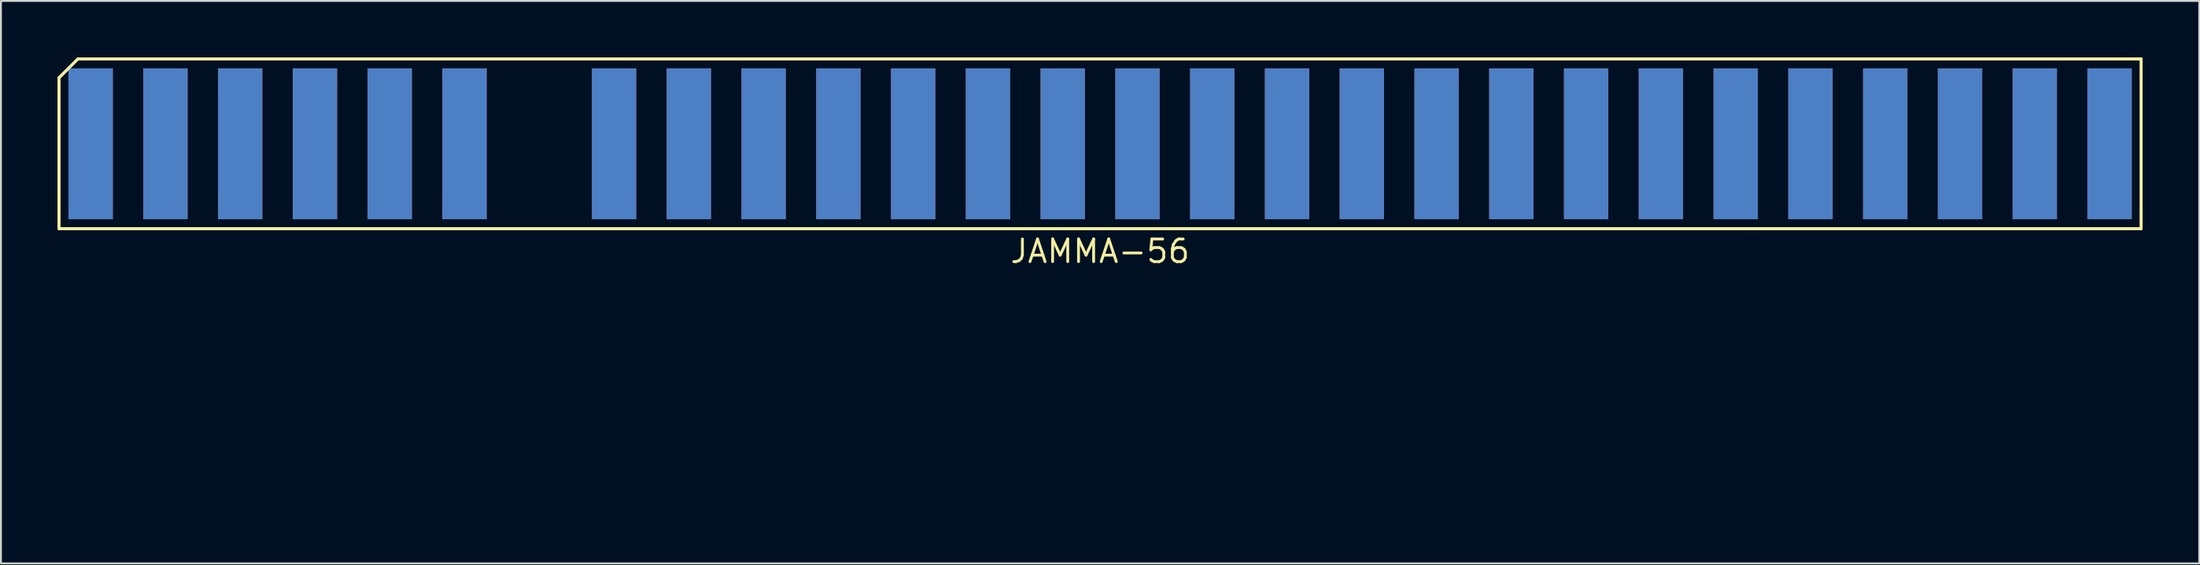
<source format=kicad_pcb>
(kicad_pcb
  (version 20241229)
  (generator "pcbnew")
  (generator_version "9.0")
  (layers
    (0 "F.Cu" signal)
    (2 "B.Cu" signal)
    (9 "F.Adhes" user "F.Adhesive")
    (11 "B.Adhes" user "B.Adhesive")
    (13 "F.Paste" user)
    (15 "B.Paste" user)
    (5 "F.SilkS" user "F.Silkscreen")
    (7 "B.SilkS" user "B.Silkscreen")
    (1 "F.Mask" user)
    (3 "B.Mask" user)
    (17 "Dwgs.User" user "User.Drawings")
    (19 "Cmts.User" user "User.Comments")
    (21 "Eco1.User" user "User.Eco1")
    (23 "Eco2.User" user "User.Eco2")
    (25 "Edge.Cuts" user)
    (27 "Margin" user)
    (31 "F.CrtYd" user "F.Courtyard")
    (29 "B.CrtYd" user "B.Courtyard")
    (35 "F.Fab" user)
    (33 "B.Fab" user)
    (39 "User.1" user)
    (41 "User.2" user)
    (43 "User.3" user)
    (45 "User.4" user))
  (footprint "JAMMA-56"
    (layer "F.Cu")
    (at 56.21 23.575)
    (property "Reference" "JAMMA-56" (at -1 -13.3 0) (layer "F.SilkS") (effects (font (size 1.2 1.2) (thickness 0.15))))
    (attr through_hole)
    (fp_line (start -56.135 -22.5) (end -56.135 -14.5) (stroke (width 0.15) (type solid)) (layer "F.SilkS"))
    (fp_line (start -56.135 -22.5) (end -56.135 -14.5) (stroke (width 0.15) (type solid)) (layer "F.SilkS"))
    (fp_line (start -56.135 -14.5) (end 54.135 -14.5) (stroke (width 0.15) (type solid)) (layer "F.SilkS"))
    (fp_line (start -56.135 -14.5) (end 54.135 -14.5) (stroke (width 0.15) (type solid)) (layer "F.SilkS"))
    (fp_line (start -55.135 -23.5) (end -56.135 -22.5) (stroke (width 0.15) (type solid)) (layer "F.SilkS"))
    (fp_line (start -55.135 -23.5) (end -56.135 -22.5) (stroke (width 0.15) (type solid)) (layer "F.SilkS"))
    (fp_line (start 54.135 -23.5) (end -55.135 -23.5) (stroke (width 0.15) (type solid)) (layer "F.SilkS"))
    (fp_line (start 54.135 -23.5) (end -55.135 -23.5) (stroke (width 0.15) (type solid)) (layer "F.SilkS"))
    (fp_line (start 54.135 -14.5) (end 54.135 -23.5) (stroke (width 0.15) (type solid)) (layer "F.SilkS"))
    (fp_line (start 54.135 -14.5) (end 54.135 -23.5) (stroke (width 0.15) (type solid)) (layer "F.SilkS"))
    (pad "1" smd rect (at -54.46 -19) (size 2.35 8) (layers "F.Cu" "F.Mask" "F.Paste"))
    (pad "2" smd rect (at -50.5 -19) (size 2.35 8) (layers "F.Cu" "F.Mask" "F.Paste"))
    (pad "3" smd rect (at -46.54 -19) (size 2.35 8) (layers "F.Cu" "F.Mask" "F.Paste"))
    (pad "4" smd rect (at -42.58 -19) (size 2.35 8) (layers "F.Cu" "F.Mask" "F.Paste"))
    (pad "5" smd rect (at -38.62 -19) (size 2.35 8) (layers "F.Cu" "F.Mask" "F.Paste"))
    (pad "6" smd rect (at -34.66 -19) (size 2.35 8) (layers "F.Cu" "F.Mask" "F.Paste"))
    (pad "8" smd rect (at -26.74 -19) (size 2.35 8) (layers "F.Cu" "F.Mask" "F.Paste"))
    (pad "9" smd rect (at -22.78 -19) (size 2.35 8) (layers "F.Cu" "F.Mask" "F.Paste"))
    (pad "10" smd rect (at -18.82 -19) (size 2.35 8) (layers "F.Cu" "F.Mask" "F.Paste"))
    (pad "11" smd rect (at -14.86 -19) (size 2.35 8) (layers "F.Cu" "F.Mask" "F.Paste"))
    (pad "12" smd rect (at -10.9 -19) (size 2.35 8) (layers "F.Cu" "F.Mask" "F.Paste"))
    (pad "13" smd rect (at -6.94 -19) (size 2.35 8) (layers "F.Cu" "F.Mask" "F.Paste"))
    (pad "14" smd rect (at -2.98 -19) (size 2.35 8) (layers "F.Cu" "F.Mask" "F.Paste"))
    (pad "15" smd rect (at 0.98 -19) (size 2.35 8) (layers "F.Cu" "F.Mask" "F.Paste"))
    (pad "16" smd rect (at 4.94 -19) (size 2.35 8) (layers "F.Cu" "F.Mask" "F.Paste"))
    (pad "17" smd rect (at 8.9 -19) (size 2.35 8) (layers "F.Cu" "F.Mask" "F.Paste"))
    (pad "18" smd rect (at 12.86 -19) (size 2.35 8) (layers "F.Cu" "F.Mask" "F.Paste"))
    (pad "19" smd rect (at 16.82 -19) (size 2.35 8) (layers "F.Cu" "F.Mask" "F.Paste"))
    (pad "20" smd rect (at 20.78 -19) (size 2.35 8) (layers "F.Cu" "F.Mask" "F.Paste"))
    (pad "21" smd rect (at 24.74 -19) (size 2.35 8) (layers "F.Cu" "F.Mask" "F.Paste"))
    (pad "22" smd rect (at 28.7 -19) (size 2.35 8) (layers "F.Cu" "F.Mask" "F.Paste"))
    (pad "23" smd rect (at 32.66 -19) (size 2.35 8) (layers "F.Cu" "F.Mask" "F.Paste"))
    (pad "24" smd rect (at 36.62 -19) (size 2.35 8) (layers "F.Cu" "F.Mask" "F.Paste"))
    (pad "25" smd rect (at 40.58 -19) (size 2.35 8) (layers "F.Cu" "F.Mask" "F.Paste"))
    (pad "26" smd rect (at 44.54 -19) (size 2.35 8) (layers "F.Cu" "F.Mask" "F.Paste"))
    (pad "27" smd rect (at 48.5 -19) (size 2.35 8) (layers "F.Cu" "F.Mask" "F.Paste"))
    (pad "28" smd rect (at 52.46 -19) (size 2.35 8) (layers "F.Cu" "F.Mask" "F.Paste"))
    (pad "A" smd rect (at -54.46 -19) (size 2.35 8) (layers "F.Mask" "B.Cu" "F.Paste"))
    (pad "B" smd rect (at -50.5 -19) (size 2.35 8) (layers "F.Mask" "B.Cu" "F.Paste"))
    (pad "C" smd rect (at -46.54 -19) (size 2.35 8) (layers "F.Mask" "B.Cu" "F.Paste"))
    (pad "D" smd rect (at -42.58 -19) (size 2.35 8) (layers "F.Mask" "B.Cu" "F.Paste"))
    (pad "E" smd rect (at -38.62 -19) (size 2.35 8) (layers "F.Mask" "B.Cu" "F.Paste"))
    (pad "F" smd rect (at -34.66 -19) (size 2.35 8) (layers "F.Mask" "B.Cu" "F.Paste"))
    (pad "J" smd rect (at -26.74 -19) (size 2.35 8) (layers "F.Mask" "B.Cu" "F.Paste"))
    (pad "K" smd rect (at -22.78 -19) (size 2.35 8) (layers "F.Mask" "B.Cu" "F.Paste"))
    (pad "L" smd rect (at -18.82 -19) (size 2.35 8) (layers "F.Mask" "B.Cu" "F.Paste"))
    (pad "M" smd rect (at -14.86 -19) (size 2.35 8) (layers "F.Mask" "B.Cu" "F.Paste"))
    (pad "N" smd rect (at -10.9 -19) (size 2.35 8) (layers "F.Mask" "B.Cu" "F.Paste"))
    (pad "P" smd rect (at -6.94 -19) (size 2.35 8) (layers "F.Mask" "B.Cu" "F.Paste"))
    (pad "R" smd rect (at -2.98 -19) (size 2.35 8) (layers "F.Mask" "B.Cu" "F.Paste"))
    (pad "S" smd rect (at 0.98 -19) (size 2.35 8) (layers "F.Mask" "B.Cu" "F.Paste"))
    (pad "T" smd rect (at 4.94 -19) (size 2.35 8) (layers "F.Mask" "B.Cu" "F.Paste"))
    (pad "U" smd rect (at 8.9 -19) (size 2.35 8) (layers "F.Mask" "B.Cu" "F.Paste"))
    (pad "V" smd rect (at 12.86 -19) (size 2.35 8) (layers "F.Mask" "B.Cu" "F.Paste"))
    (pad "W" smd rect (at 16.82 -19) (size 2.35 8) (layers "F.Mask" "B.Cu" "F.Paste"))
    (pad "X" smd rect (at 20.78 -19) (size 2.35 8) (layers "F.Mask" "B.Cu" "F.Paste"))
    (pad "Y" smd rect (at 24.74 -19) (size 2.35 8) (layers "F.Mask" "B.Cu" "F.Paste"))
    (pad "Z" smd rect (at 28.7 -19) (size 2.35 8) (layers "F.Mask" "B.Cu" "F.Paste"))
    (pad "a" smd rect (at 32.66 -19) (size 2.35 8) (layers "F.Mask" "B.Cu" "F.Paste"))
    (pad "b" smd rect (at 36.62 -19) (size 2.35 8) (layers "F.Mask" "B.Cu" "F.Paste"))
    (pad "c" smd rect (at 40.58 -19) (size 2.35 8) (layers "F.Mask" "B.Cu" "F.Paste"))
    (pad "d" smd rect (at 44.54 -19) (size 2.35 8) (layers "F.Mask" "B.Cu" "F.Paste"))
    (pad "e" smd rect (at 48.5 -19) (size 2.35 8) (layers "F.Mask" "B.Cu" "F.Paste"))
    (pad "f" smd rect (at 52.46 -19) (size 2.35 8) (layers "F.Mask" "B.Cu" "F.Paste")))
  (gr_rect
    (start -3 -3)
    (end 113.42 26.825)
    (stroke (width 0.1) (type default))
    (fill no)
    (layer "Edge.Cuts")))
</source>
